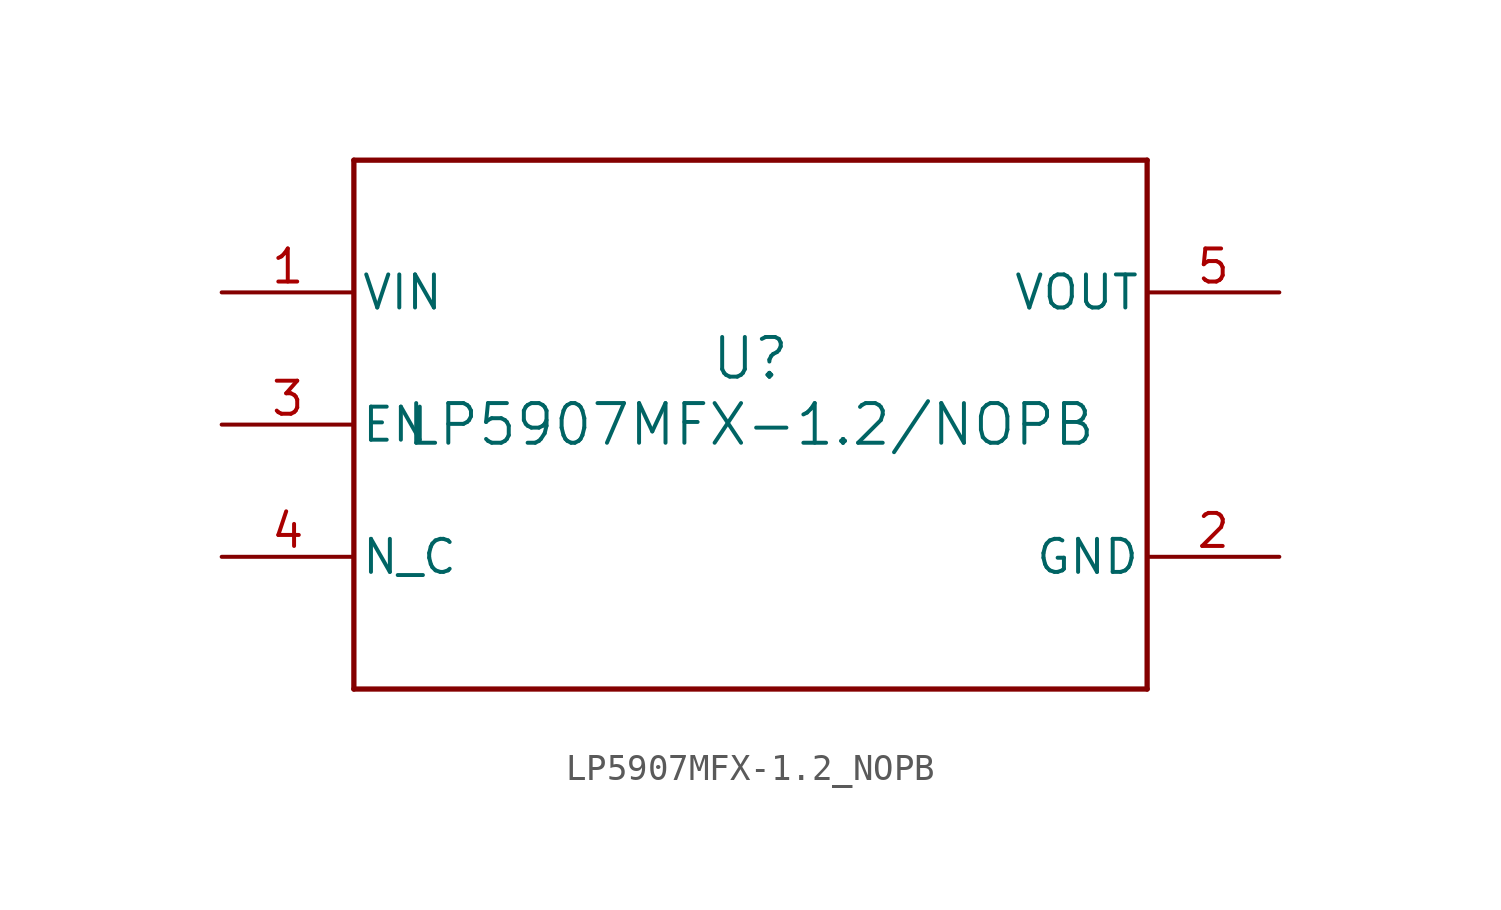
<source format=kicad_sym>
(kicad_symbol_lib
  (version 20211014)
  (generator kicad_symbol_editor)
  (symbol "LP5907MFX-1.2_NOPB"
    (pin_names
      (offset 0.254))
    (property "Reference" "U"
      (at 0 2.54 0)
      (effects (font (size 1.524 1.524))))
    (property "Value" "LP5907MFX-1.2/NOPB"
      (at 0 0 0)
      (effects (font (size 1.524 1.524))))
    (symbol "LP5907MFX-1.2_NOPB_0_1"
      (polyline (pts (xy -15.24 -10.16) (xy 15.24 -10.16)) (stroke (width 0.203) (type default) (color 0 0 0 0)) (fill (type none)))
      (polyline (pts (xy 15.24 -10.16) (xy 15.24 10.16)) (stroke (width 0.203) (type default) (color 0 0 0 0)) (fill (type none)))
      (polyline (pts (xy 15.24 10.16) (xy -15.24 10.16)) (stroke (width 0.203) (type default) (color 0 0 0 0)) (fill (type none)))
      (polyline (pts (xy -15.24 10.16) (xy -15.24 -10.16)) (stroke (width 0.203) (type default) (color 0 0 0 0)) (fill (type none)))
      (pin power_in line (at -20.32 5.08 0) (length 5.08) (name "VIN" (effects (font (size 1.27 1.27)))) (number "1" (effects (font (size 1.27 1.27)))))
      (pin power_in line (at 20.32 -5.08 180) (length 5.08) (name "GND" (effects (font (size 1.27 1.27)))) (number "2" (effects (font (size 1.27 1.27)))))
      (pin input line (at -20.32 0 0) (length 5.08) (name "EN" (effects (font (size 1.27 1.27)))) (number "3" (effects (font (size 1.27 1.27)))))
      (pin unspecified line (at -20.32 -5.08 0) (length 5.08) (name "N_C" (effects (font (size 1.27 1.27)))) (number "4" (effects (font (size 1.27 1.27)))))
      (pin power_in line (at 20.32 5.08 180) (length 5.08) (name "VOUT" (effects (font (size 1.27 1.27)))) (number "5" (effects (font (size 1.27 1.27))))))))
</source>
